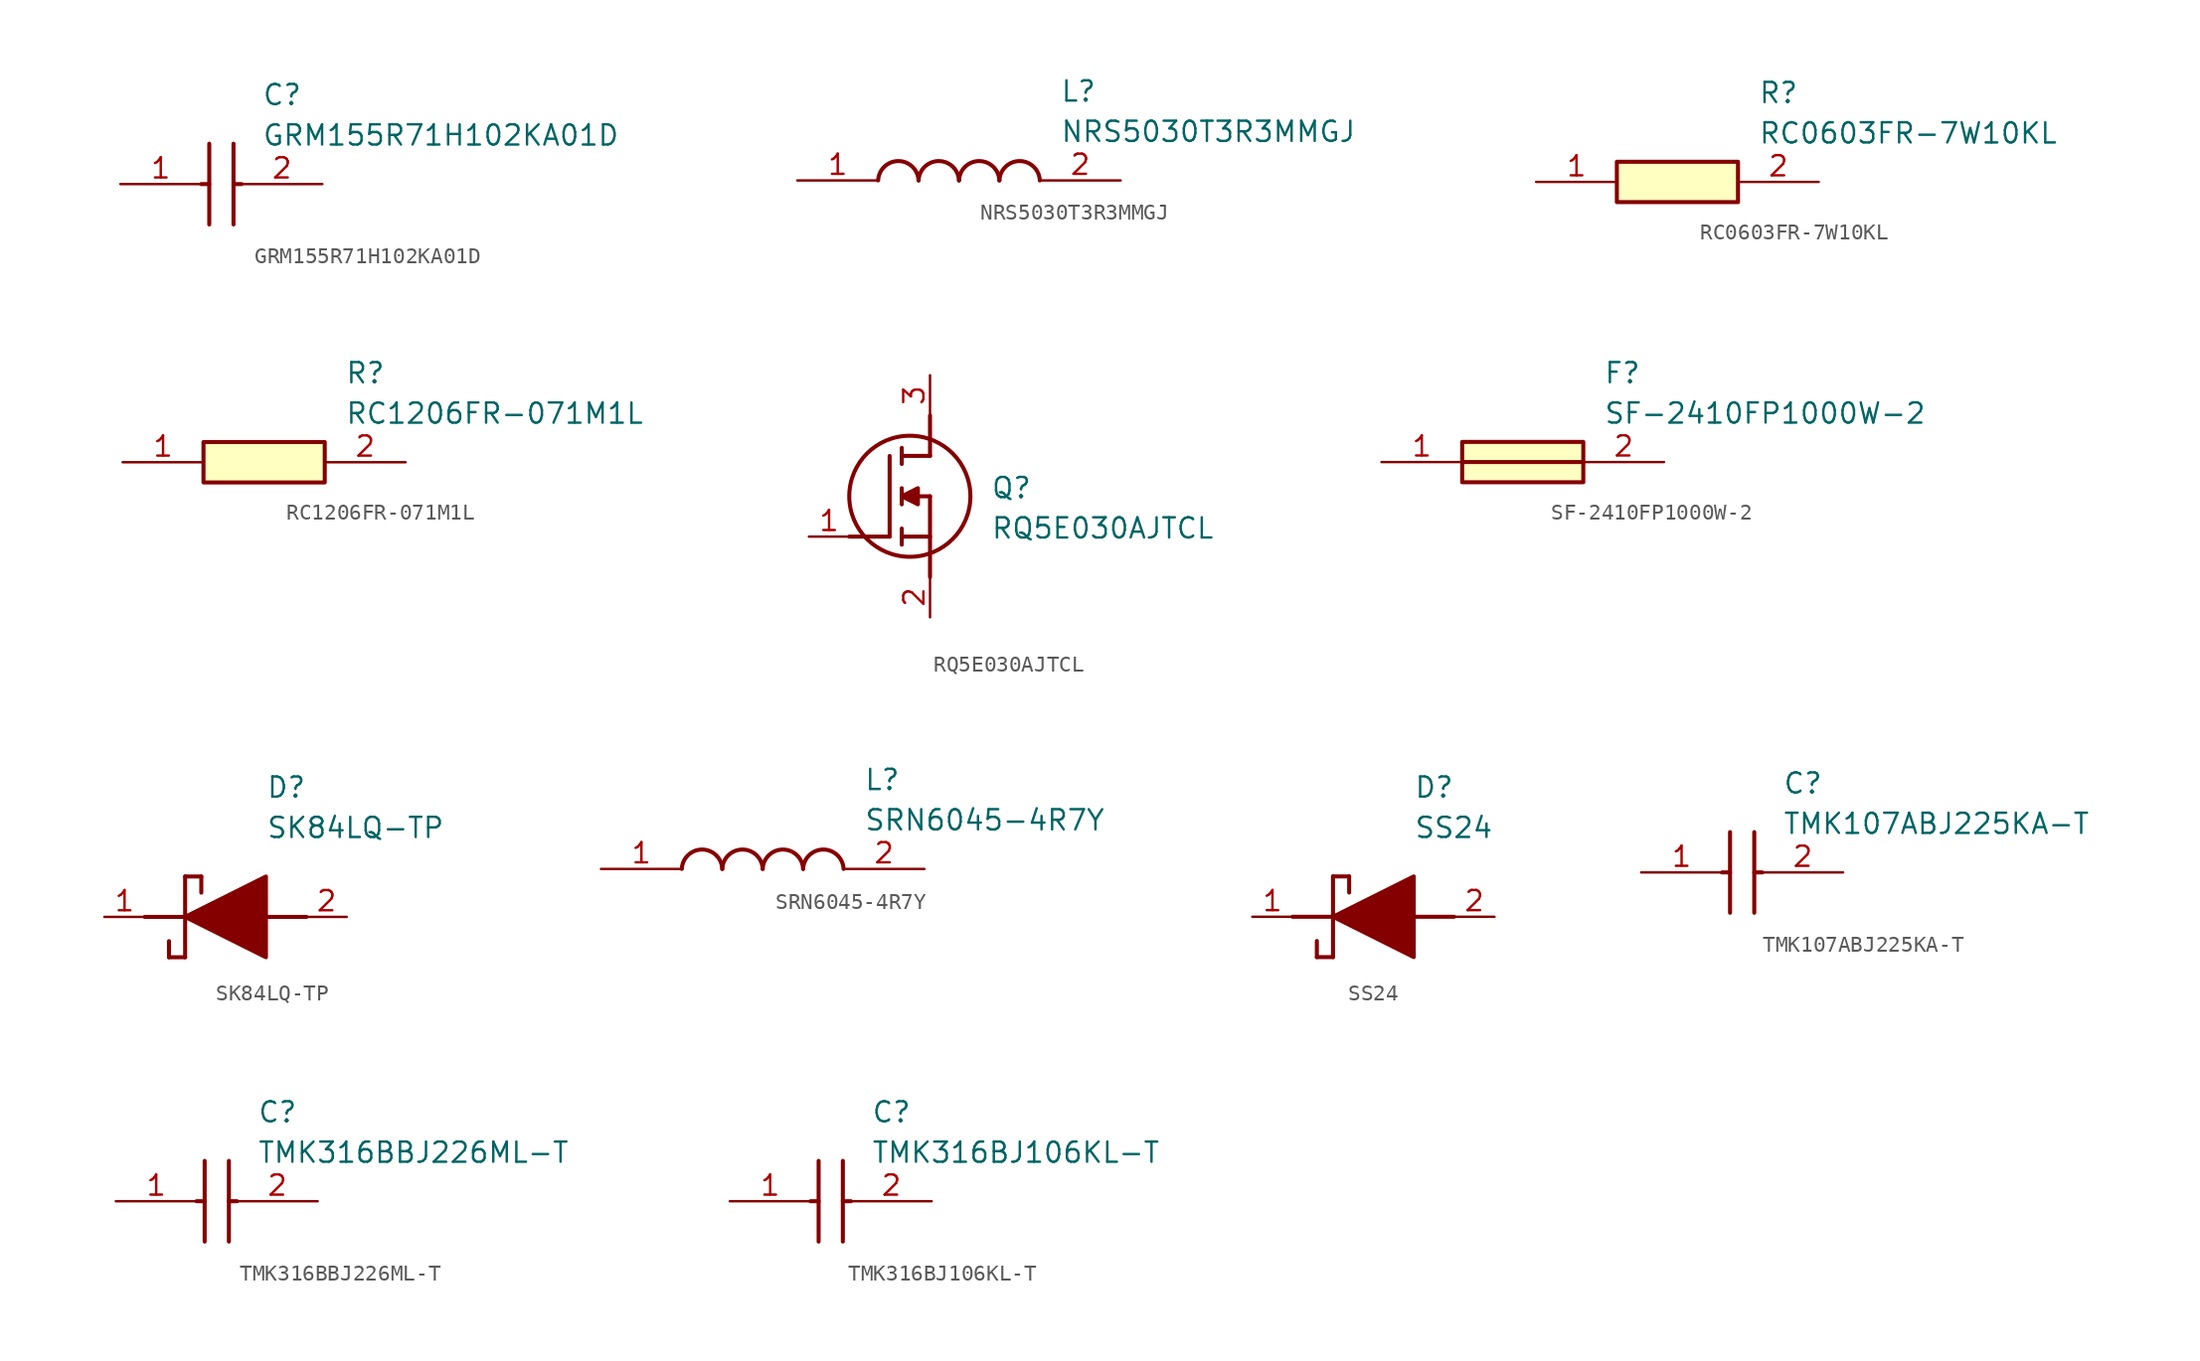
<source format=kicad_sym>
(kicad_symbol_lib
  (version 20220914)
  (generator SamacSys_ECAD_Model)
  (symbol "GRM155R71H102KA01D"
    (pin_names hide)
    (property "Reference" "C"
      (at 8.89 6.35 0)
      (effects (font (size 1.27 1.27)) (justify left top)))
    (property "Value" "GRM155R71H102KA01D"
      (at 8.89 3.81 0)
      (effects (font (size 1.27 1.27)) (justify left top)))
    (polyline
      (pts (xy 5.588 2.54) (xy 5.588 -2.54))
      (stroke (width 0.254) (type default))
      (fill (type none)))
    (polyline
      (pts (xy 7.112 2.54) (xy 7.112 -2.54))
      (stroke (width 0.254) (type default))
      (fill (type none)))
    (polyline
      (pts (xy 5.08 0) (xy 5.588 0))
      (stroke (width 0.254) (type default))
      (fill (type none)))
    (polyline
      (pts (xy 7.112 0) (xy 7.62 0))
      (stroke (width 0.254) (type default))
      (fill (type none)))
    (pin passive line
      (at 0 0 0)
      (length 5.08)
      (name "1" (effects (font (size 1.27 1.27))))
      (number "1" (effects (font (size 1.27 1.27)))))
    (pin passive line
      (at 12.7 0 180)
      (length 5.08)
      (name "2" (effects (font (size 1.27 1.27))))
      (number "2" (effects (font (size 1.27 1.27))))))
  (symbol "NRS5030T3R3MMGJ"
    (pin_names hide)
    (property "Reference" "L"
      (at 16.51 6.35 0)
      (effects (font (size 1.27 1.27)) (justify left top)))
    (property "Value" "NRS5030T3R3MMGJ"
      (at 16.51 3.81 0)
      (effects (font (size 1.27 1.27)) (justify left top)))
    (arc
      (start 7.62 0)
      (mid 6.35 1.219)
      (end 5.08 0)
      (stroke (width 0.254) (type default))
      (fill (type none)))
    (arc
      (start 10.16 0)
      (mid 8.89 1.219)
      (end 7.62 0)
      (stroke (width 0.254) (type default))
      (fill (type none)))
    (arc
      (start 12.7 0)
      (mid 11.43 1.219)
      (end 10.16 0)
      (stroke (width 0.254) (type default))
      (fill (type none)))
    (arc
      (start 15.24 0)
      (mid 13.97 1.219)
      (end 12.7 0)
      (stroke (width 0.254) (type default))
      (fill (type none)))
    (pin passive line
      (at 0 0 0)
      (length 5.08)
      (name "1" (effects (font (size 1.27 1.27))))
      (number "1" (effects (font (size 1.27 1.27)))))
    (pin passive line
      (at 20.32 0 180)
      (length 5.08)
      (name "2" (effects (font (size 1.27 1.27))))
      (number "2" (effects (font (size 1.27 1.27))))))
  (symbol "RC0603FR-7W10KL"
    (pin_names hide)
    (property "Reference" "R"
      (at 13.97 6.35 0)
      (effects (font (size 1.27 1.27)) (justify left top)))
    (property "Value" "RC0603FR-7W10KL"
      (at 13.97 3.81 0)
      (effects (font (size 1.27 1.27)) (justify left top)))
    (rectangle
      (start 5.08 1.27)
      (end 12.7 -1.27)
      (stroke (width 0.254) (type default))
      (fill (type background)))
    (pin passive line
      (at 0 0 0)
      (length 5.08)
      (name "1" (effects (font (size 1.27 1.27))))
      (number "1" (effects (font (size 1.27 1.27)))))
    (pin passive line
      (at 17.78 0 180)
      (length 5.08)
      (name "2" (effects (font (size 1.27 1.27))))
      (number "2" (effects (font (size 1.27 1.27))))))
  (symbol "RC1206FR-071M1L"
    (pin_names hide)
    (property "Reference" "R"
      (at 13.97 6.35 0)
      (effects (font (size 1.27 1.27)) (justify left top)))
    (property "Value" "RC1206FR-071M1L"
      (at 13.97 3.81 0)
      (effects (font (size 1.27 1.27)) (justify left top)))
    (rectangle
      (start 5.08 1.27)
      (end 12.7 -1.27)
      (stroke (width 0.254) (type default))
      (fill (type background)))
    (pin passive line
      (at 0 0 0)
      (length 5.08)
      (name "1" (effects (font (size 1.27 1.27))))
      (number "1" (effects (font (size 1.27 1.27)))))
    (pin passive line
      (at 17.78 0 180)
      (length 5.08)
      (name "2" (effects (font (size 1.27 1.27))))
      (number "2" (effects (font (size 1.27 1.27))))))
  (symbol "RQ5E030AJTCL"
    (pin_names hide)
    (property "Reference" "Q"
      (at 11.43 3.81 0)
      (effects (font (size 1.27 1.27)) (justify left top)))
    (property "Value" "RQ5E030AJTCL"
      (at 11.43 1.27 0)
      (effects (font (size 1.27 1.27)) (justify left top)))
    (polyline
      (pts (xy 7.62 2.54) (xy 7.62 -2.54))
      (stroke (width 0.254) (type default))
      (fill (type none)))
    (polyline
      (pts (xy 7.62 5.08) (xy 7.62 7.62))
      (stroke (width 0.254) (type default))
      (fill (type none)))
    (polyline
      (pts (xy 2.54 0) (xy 5.08 0))
      (stroke (width 0.254) (type default))
      (fill (type none)))
    (polyline
      (pts (xy 5.08 5.08) (xy 5.08 0))
      (stroke (width 0.254) (type default))
      (fill (type none)))
    (polyline
      (pts (xy 7.62 2.54) (xy 5.842 2.54))
      (stroke (width 0.254) (type default))
      (fill (type none)))
    (polyline
      (pts (xy 7.62 5.08) (xy 5.842 5.08))
      (stroke (width 0.254) (type default))
      (fill (type none)))
    (polyline
      (pts (xy 5.842 0) (xy 7.62 0))
      (stroke (width 0.254) (type default))
      (fill (type none)))
    (polyline
      (pts (xy 5.842 5.588) (xy 5.842 4.572))
      (stroke (width 0.254) (type default))
      (fill (type none)))
    (polyline
      (pts (xy 5.842 -0.508) (xy 5.842 0.508))
      (stroke (width 0.254) (type default))
      (fill (type none)))
    (polyline
      (pts (xy 5.842 2.032) (xy 5.842 3.048))
      (stroke (width 0.254) (type default))
      (fill (type none)))
    (circle
      (center 6.35 2.54)
      (radius 3.81)
      (stroke (width 0.254) (type default))
      (fill (type none)))
    (polyline
      (pts (xy 5.842 2.54) (xy 6.858 3.048) (xy 6.858 2.032) (xy 5.842 2.54))
      (stroke (width 0.254) (type default))
      (fill (type outline)))
    (pin passive line
      (at 0 0 0)
      (length 2.54)
      (name "G" (effects (font (size 1.27 1.27))))
      (number "1" (effects (font (size 1.27 1.27)))))
    (pin passive line
      (at 7.62 10.16 270)
      (length 2.54)
      (name "D" (effects (font (size 1.27 1.27))))
      (number "3" (effects (font (size 1.27 1.27)))))
    (pin passive line
      (at 7.62 -5.08 90)
      (length 2.54)
      (name "S" (effects (font (size 1.27 1.27))))
      (number "2" (effects (font (size 1.27 1.27))))))
  (symbol "SF-2410FP1000W-2"
    (pin_names hide)
    (property "Reference" "F"
      (at 13.97 6.35 0)
      (effects (font (size 1.27 1.27)) (justify left top)))
    (property "Value" "SF-2410FP1000W-2"
      (at 13.97 3.81 0)
      (effects (font (size 1.27 1.27)) (justify left top)))
    (rectangle
      (start 5.08 1.27)
      (end 12.7 -1.27)
      (stroke (width 0.254) (type default))
      (fill (type background)))
    (polyline
      (pts (xy 5.08 0) (xy 12.7 0))
      (stroke (width 0.254) (type default))
      (fill (type none)))
    (pin passive line
      (at 0 0 0)
      (length 5.08)
      (name "1" (effects (font (size 1.27 1.27))))
      (number "1" (effects (font (size 1.27 1.27)))))
    (pin passive line
      (at 17.78 0 180)
      (length 5.08)
      (name "2" (effects (font (size 1.27 1.27))))
      (number "2" (effects (font (size 1.27 1.27))))))
  (symbol "SK84LQ-TP"
    (pin_names hide)
    (property "Reference" "D"
      (at 12.7 8.89 0)
      (effects (font (size 1.27 1.27)) (justify left top)))
    (property "Value" "SK84LQ-TP"
      (at 12.7 6.35 0)
      (effects (font (size 1.27 1.27)) (justify left top)))
    (polyline
      (pts (xy 7.62 2.54) (xy 7.62 -2.54))
      (stroke (width 0.254) (type default))
      (fill (type none)))
    (polyline
      (pts (xy 7.62 2.54) (xy 8.636 2.54))
      (stroke (width 0.254) (type default))
      (fill (type none)))
    (polyline
      (pts (xy 8.636 1.524) (xy 8.636 2.54))
      (stroke (width 0.254) (type default))
      (fill (type none)))
    (polyline
      (pts (xy 7.62 -2.54) (xy 6.604 -2.54))
      (stroke (width 0.254) (type default))
      (fill (type none)))
    (polyline
      (pts (xy 6.604 -1.524) (xy 6.604 -2.54))
      (stroke (width 0.254) (type default))
      (fill (type none)))
    (polyline
      (pts (xy 5.08 0) (xy 7.62 0))
      (stroke (width 0.254) (type default))
      (fill (type none)))
    (polyline
      (pts (xy 12.7 0) (xy 15.24 0))
      (stroke (width 0.254) (type default))
      (fill (type none)))
    (polyline
      (pts (xy 7.62 0) (xy 12.7 2.54) (xy 12.7 -2.54) (xy 7.62 0))
      (stroke (width 0.254) (type default))
      (fill (type outline)))
    (pin passive line
      (at 2.54 0 0)
      (length 2.54)
      (name "K" (effects (font (size 1.27 1.27))))
      (number "1" (effects (font (size 1.27 1.27)))))
    (pin passive line
      (at 17.78 0 180)
      (length 2.54)
      (name "A" (effects (font (size 1.27 1.27))))
      (number "2" (effects (font (size 1.27 1.27))))))
  (symbol "SRN6045-4R7Y"
    (pin_names hide)
    (property "Reference" "L"
      (at 16.51 6.35 0)
      (effects (font (size 1.27 1.27)) (justify left top)))
    (property "Value" "SRN6045-4R7Y"
      (at 16.51 3.81 0)
      (effects (font (size 1.27 1.27)) (justify left top)))
    (arc
      (start 7.62 0)
      (mid 6.35 1.219)
      (end 5.08 0)
      (stroke (width 0.254) (type default))
      (fill (type none)))
    (arc
      (start 10.16 0)
      (mid 8.89 1.219)
      (end 7.62 0)
      (stroke (width 0.254) (type default))
      (fill (type none)))
    (arc
      (start 12.7 0)
      (mid 11.43 1.219)
      (end 10.16 0)
      (stroke (width 0.254) (type default))
      (fill (type none)))
    (arc
      (start 15.24 0)
      (mid 13.97 1.219)
      (end 12.7 0)
      (stroke (width 0.254) (type default))
      (fill (type none)))
    (pin passive line
      (at 0 0 0)
      (length 5.08)
      (name "1" (effects (font (size 1.27 1.27))))
      (number "1" (effects (font (size 1.27 1.27)))))
    (pin passive line
      (at 20.32 0 180)
      (length 5.08)
      (name "2" (effects (font (size 1.27 1.27))))
      (number "2" (effects (font (size 1.27 1.27))))))
  (symbol "SS24"
    (pin_names hide)
    (property "Reference" "D"
      (at 12.7 8.89 0)
      (effects (font (size 1.27 1.27)) (justify left top)))
    (property "Value" "SS24"
      (at 12.7 6.35 0)
      (effects (font (size 1.27 1.27)) (justify left top)))
    (polyline
      (pts (xy 7.62 2.54) (xy 7.62 -2.54))
      (stroke (width 0.254) (type default))
      (fill (type none)))
    (polyline
      (pts (xy 7.62 2.54) (xy 8.636 2.54))
      (stroke (width 0.254) (type default))
      (fill (type none)))
    (polyline
      (pts (xy 8.636 1.524) (xy 8.636 2.54))
      (stroke (width 0.254) (type default))
      (fill (type none)))
    (polyline
      (pts (xy 7.62 -2.54) (xy 6.604 -2.54))
      (stroke (width 0.254) (type default))
      (fill (type none)))
    (polyline
      (pts (xy 6.604 -1.524) (xy 6.604 -2.54))
      (stroke (width 0.254) (type default))
      (fill (type none)))
    (polyline
      (pts (xy 5.08 0) (xy 7.62 0))
      (stroke (width 0.254) (type default))
      (fill (type none)))
    (polyline
      (pts (xy 12.7 0) (xy 15.24 0))
      (stroke (width 0.254) (type default))
      (fill (type none)))
    (polyline
      (pts (xy 7.62 0) (xy 12.7 2.54) (xy 12.7 -2.54) (xy 7.62 0))
      (stroke (width 0.254) (type default))
      (fill (type outline)))
    (pin passive line
      (at 2.54 0 0)
      (length 2.54)
      (name "K" (effects (font (size 1.27 1.27))))
      (number "1" (effects (font (size 1.27 1.27)))))
    (pin passive line
      (at 17.78 0 180)
      (length 2.54)
      (name "A" (effects (font (size 1.27 1.27))))
      (number "2" (effects (font (size 1.27 1.27))))))
  (symbol "TMK107ABJ225KA-T"
    (pin_names hide)
    (property "Reference" "C"
      (at 8.89 6.35 0)
      (effects (font (size 1.27 1.27)) (justify left top)))
    (property "Value" "TMK107ABJ225KA-T"
      (at 8.89 3.81 0)
      (effects (font (size 1.27 1.27)) (justify left top)))
    (polyline
      (pts (xy 5.588 2.54) (xy 5.588 -2.54))
      (stroke (width 0.254) (type default))
      (fill (type none)))
    (polyline
      (pts (xy 7.112 2.54) (xy 7.112 -2.54))
      (stroke (width 0.254) (type default))
      (fill (type none)))
    (polyline
      (pts (xy 5.08 0) (xy 5.588 0))
      (stroke (width 0.254) (type default))
      (fill (type none)))
    (polyline
      (pts (xy 7.112 0) (xy 7.62 0))
      (stroke (width 0.254) (type default))
      (fill (type none)))
    (pin passive line
      (at 0 0 0)
      (length 5.08)
      (name "1" (effects (font (size 1.27 1.27))))
      (number "1" (effects (font (size 1.27 1.27)))))
    (pin passive line
      (at 12.7 0 180)
      (length 5.08)
      (name "2" (effects (font (size 1.27 1.27))))
      (number "2" (effects (font (size 1.27 1.27))))))
  (symbol "TMK316BBJ226ML-T"
    (pin_names hide)
    (property "Reference" "C"
      (at 8.89 6.35 0)
      (effects (font (size 1.27 1.27)) (justify left top)))
    (property "Value" "TMK316BBJ226ML-T"
      (at 8.89 3.81 0)
      (effects (font (size 1.27 1.27)) (justify left top)))
    (polyline
      (pts (xy 5.588 2.54) (xy 5.588 -2.54))
      (stroke (width 0.254) (type default))
      (fill (type none)))
    (polyline
      (pts (xy 7.112 2.54) (xy 7.112 -2.54))
      (stroke (width 0.254) (type default))
      (fill (type none)))
    (polyline
      (pts (xy 5.08 0) (xy 5.588 0))
      (stroke (width 0.254) (type default))
      (fill (type none)))
    (polyline
      (pts (xy 7.112 0) (xy 7.62 0))
      (stroke (width 0.254) (type default))
      (fill (type none)))
    (pin passive line
      (at 0 0 0)
      (length 5.08)
      (name "1" (effects (font (size 1.27 1.27))))
      (number "1" (effects (font (size 1.27 1.27)))))
    (pin passive line
      (at 12.7 0 180)
      (length 5.08)
      (name "2" (effects (font (size 1.27 1.27))))
      (number "2" (effects (font (size 1.27 1.27))))))
  (symbol "TMK316BJ106KL-T"
    (pin_names hide)
    (property "Reference" "C"
      (at 8.89 6.35 0)
      (effects (font (size 1.27 1.27)) (justify left top)))
    (property "Value" "TMK316BJ106KL-T"
      (at 8.89 3.81 0)
      (effects (font (size 1.27 1.27)) (justify left top)))
    (polyline
      (pts (xy 5.588 2.54) (xy 5.588 -2.54))
      (stroke (width 0.254) (type default))
      (fill (type none)))
    (polyline
      (pts (xy 7.112 2.54) (xy 7.112 -2.54))
      (stroke (width 0.254) (type default))
      (fill (type none)))
    (polyline
      (pts (xy 5.08 0) (xy 5.588 0))
      (stroke (width 0.254) (type default))
      (fill (type none)))
    (polyline
      (pts (xy 7.112 0) (xy 7.62 0))
      (stroke (width 0.254) (type default))
      (fill (type none)))
    (pin passive line
      (at 0 0 0)
      (length 5.08)
      (name "1" (effects (font (size 1.27 1.27))))
      (number "1" (effects (font (size 1.27 1.27)))))
    (pin passive line
      (at 12.7 0 180)
      (length 5.08)
      (name "2" (effects (font (size 1.27 1.27))))
      (number "2" (effects (font (size 1.27 1.27)))))))
</source>
